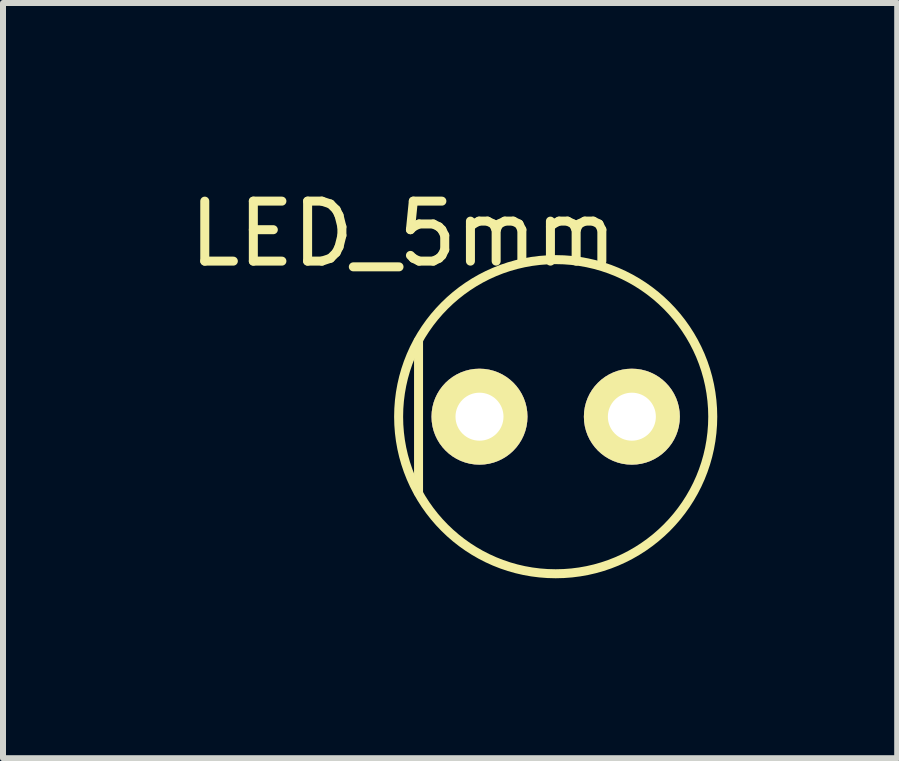
<source format=kicad_pcb>
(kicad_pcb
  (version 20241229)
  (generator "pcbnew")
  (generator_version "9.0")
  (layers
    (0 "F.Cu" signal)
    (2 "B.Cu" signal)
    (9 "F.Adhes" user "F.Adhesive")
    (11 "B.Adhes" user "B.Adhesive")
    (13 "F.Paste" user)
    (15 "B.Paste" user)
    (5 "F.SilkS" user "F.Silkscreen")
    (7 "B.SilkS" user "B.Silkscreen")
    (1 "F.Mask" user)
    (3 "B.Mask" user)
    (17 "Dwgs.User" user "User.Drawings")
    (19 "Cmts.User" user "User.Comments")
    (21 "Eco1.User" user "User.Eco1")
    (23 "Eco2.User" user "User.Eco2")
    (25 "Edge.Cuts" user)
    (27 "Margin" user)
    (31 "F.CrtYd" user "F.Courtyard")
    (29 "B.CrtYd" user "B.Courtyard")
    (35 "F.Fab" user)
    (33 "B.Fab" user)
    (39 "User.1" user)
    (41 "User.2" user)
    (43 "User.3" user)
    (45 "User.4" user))
  (footprint "LED_5mm"
    (layer "F.Cu")
    (at 4.943 3.896)
    (property "Reference" "LED_5mm" (at -1.27 -3.048 180) (layer "F.SilkS") (effects (font (size 1 1) (thickness 0.15))))
    (attr through_hole)
    (fp_line (start -1.016 1.27) (end -1.016 -1.27) (stroke (width 0.15) (type solid)) (layer "F.SilkS"))
    (fp_circle (center 1.27 0) (end 3.81 -0.635) (stroke (width 0.15) (type solid)) (fill no) (layer "F.SilkS"))
    (pad "1" thru_hole circle (at 0 0) (size 1.6 1.6) (drill 0.8) (layers "*.Cu" "*.Mask" "F.SilkS"))
    (pad "2" thru_hole circle (at 2.54 0) (size 1.6 1.6) (drill 0.8) (layers "*.Cu" "*.Mask" "F.SilkS")))
  (gr_rect
    (start -3 -3)
    (end 11.906 9.589)
    (stroke (width 0.1) (type default))
    (fill no)
    (layer "Edge.Cuts")))
</source>
